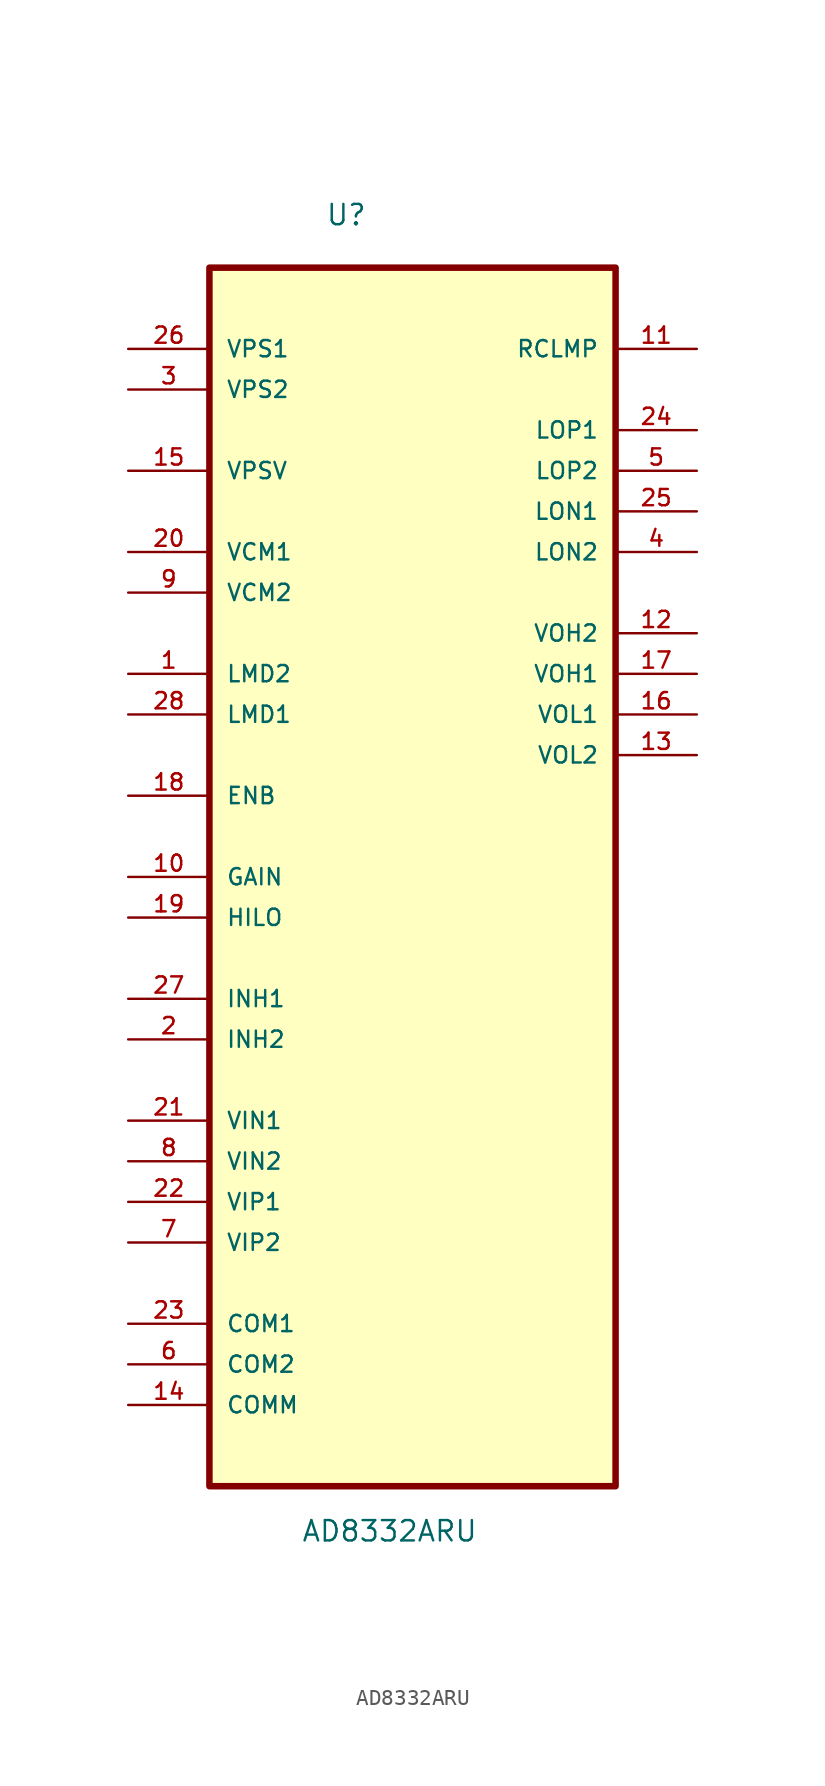
<source format=kicad_sym>
(kicad_symbol_lib
  (version 20211014)
  (generator kicad_symbol_editor)
  (symbol "AD8332ARU"
    (pin_names
      (offset 1.016))
    (property "Reference" "U"
      (at -5.452 38.116 0.0)
      (effects (font (size 1.27 1.27)) (justify bottom left)))
    (property "Value" "AD8332ARU"
      (at -6.971 -44.192 0.0)
      (effects (font (size 1.27 1.27)) (justify bottom left)))
    (symbol "AD8332ARU_0_0"
      (rectangle (start -12.7 -40.64) (end 12.7 35.56) (stroke (width 0.406)) (fill (type background)))
      (pin power_in line (at -17.78 30.48 0) (length 5.08) (name "VPS1" (effects (font (size 1.016 1.016)))) (number "26" (effects (font (size 1.016 1.016)))))
      (pin power_in line (at -17.78 27.94 0) (length 5.08) (name "VPS2" (effects (font (size 1.016 1.016)))) (number "3" (effects (font (size 1.016 1.016)))))
      (pin power_in line (at -17.78 22.86 0) (length 5.08) (name "VPSV" (effects (font (size 1.016 1.016)))) (number "15" (effects (font (size 1.016 1.016)))))
      (pin input line (at -17.78 17.78 0) (length 5.08) (name "VCM1" (effects (font (size 1.016 1.016)))) (number "20" (effects (font (size 1.016 1.016)))))
      (pin passive line (at -17.78 15.24 0) (length 5.08) (name "VCM2" (effects (font (size 1.016 1.016)))) (number "9" (effects (font (size 1.016 1.016)))))
      (pin power_in line (at -17.78 10.16 0) (length 5.08) (name "LMD2" (effects (font (size 1.016 1.016)))) (number "1" (effects (font (size 1.016 1.016)))))
      (pin power_in line (at -17.78 7.62 0) (length 5.08) (name "LMD1" (effects (font (size 1.016 1.016)))) (number "28" (effects (font (size 1.016 1.016)))))
      (pin input line (at -17.78 2.54 0) (length 5.08) (name "ENB" (effects (font (size 1.016 1.016)))) (number "18" (effects (font (size 1.016 1.016)))))
      (pin passive line (at -17.78 -2.54 0) (length 5.08) (name "GAIN" (effects (font (size 1.016 1.016)))) (number "10" (effects (font (size 1.016 1.016)))))
      (pin passive line (at -17.78 -5.08 0) (length 5.08) (name "HILO" (effects (font (size 1.016 1.016)))) (number "19" (effects (font (size 1.016 1.016)))))
      (pin input line (at -17.78 -10.16 0) (length 5.08) (name "INH1" (effects (font (size 1.016 1.016)))) (number "27" (effects (font (size 1.016 1.016)))))
      (pin input line (at -17.78 -12.7 0) (length 5.08) (name "INH2" (effects (font (size 1.016 1.016)))) (number "2" (effects (font (size 1.016 1.016)))))
      (pin input line (at -17.78 -17.78 0) (length 5.08) (name "VIN1" (effects (font (size 1.016 1.016)))) (number "21" (effects (font (size 1.016 1.016)))))
      (pin input line (at -17.78 -20.32 0) (length 5.08) (name "VIN2" (effects (font (size 1.016 1.016)))) (number "8" (effects (font (size 1.016 1.016)))))
      (pin input line (at -17.78 -22.86 0) (length 5.08) (name "VIP1" (effects (font (size 1.016 1.016)))) (number "22" (effects (font (size 1.016 1.016)))))
      (pin input line (at -17.78 -25.4 0) (length 5.08) (name "VIP2" (effects (font (size 1.016 1.016)))) (number "7" (effects (font (size 1.016 1.016)))))
      (pin passive line (at -17.78 -30.48 0) (length 5.08) (name "COM1" (effects (font (size 1.016 1.016)))) (number "23" (effects (font (size 1.016 1.016)))))
      (pin passive line (at -17.78 -33.02 0) (length 5.08) (name "COM2" (effects (font (size 1.016 1.016)))) (number "6" (effects (font (size 1.016 1.016)))))
      (pin passive line (at -17.78 -35.56 0) (length 5.08) (name "COMM" (effects (font (size 1.016 1.016)))) (number "14" (effects (font (size 1.016 1.016)))))
      (pin output line (at 17.78 30.48 180.0) (length 5.08) (name "RCLMP" (effects (font (size 1.016 1.016)))) (number "11" (effects (font (size 1.016 1.016)))))
      (pin output line (at 17.78 25.4 180.0) (length 5.08) (name "LOP1" (effects (font (size 1.016 1.016)))) (number "24" (effects (font (size 1.016 1.016)))))
      (pin output line (at 17.78 22.86 180.0) (length 5.08) (name "LOP2" (effects (font (size 1.016 1.016)))) (number "5" (effects (font (size 1.016 1.016)))))
      (pin output line (at 17.78 20.32 180.0) (length 5.08) (name "LON1" (effects (font (size 1.016 1.016)))) (number "25" (effects (font (size 1.016 1.016)))))
      (pin output line (at 17.78 17.78 180.0) (length 5.08) (name "LON2" (effects (font (size 1.016 1.016)))) (number "4" (effects (font (size 1.016 1.016)))))
      (pin output line (at 17.78 12.7 180.0) (length 5.08) (name "VOH2" (effects (font (size 1.016 1.016)))) (number "12" (effects (font (size 1.016 1.016)))))
      (pin output line (at 17.78 10.16 180.0) (length 5.08) (name "VOH1" (effects (font (size 1.016 1.016)))) (number "17" (effects (font (size 1.016 1.016)))))
      (pin output line (at 17.78 7.62 180.0) (length 5.08) (name "VOL1" (effects (font (size 1.016 1.016)))) (number "16" (effects (font (size 1.016 1.016)))))
      (pin output line (at 17.78 5.08 180.0) (length 5.08) (name "VOL2" (effects (font (size 1.016 1.016)))) (number "13" (effects (font (size 1.016 1.016))))))))
</source>
